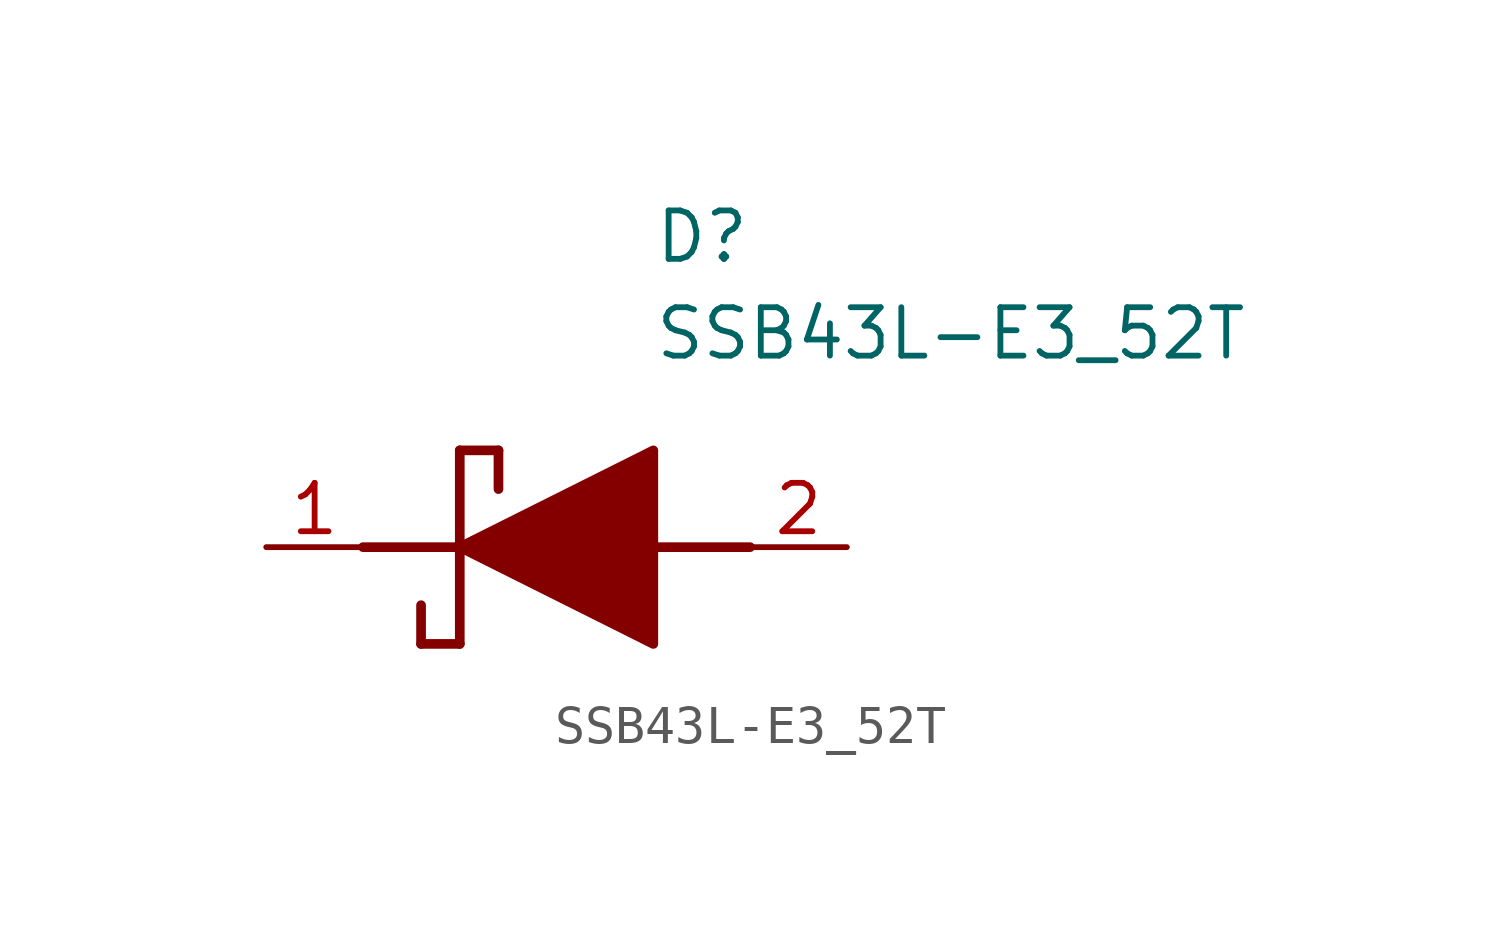
<source format=kicad_sym>
(kicad_symbol_lib
  (version 20211014)
  (generator SamacSys_ECAD_Model)
  (symbol "SSB43L-E3_52T"
    (pin_names hide)
    (property "Reference" "D"
      (at 12.7 8.89 0)
      (effects (font (size 1.27 1.27)) (justify left top)))
    (property "Value" "SSB43L-E3_52T"
      (at 12.7 6.35 0)
      (effects (font (size 1.27 1.27)) (justify left top)))
    (polyline
      (pts (xy 7.62 2.54) (xy 7.62 -2.54))
      (stroke (width 0.254) (type default))
      (fill (type none)))
    (polyline
      (pts (xy 7.62 2.54) (xy 8.636 2.54))
      (stroke (width 0.254) (type default))
      (fill (type none)))
    (polyline
      (pts (xy 8.636 1.524) (xy 8.636 2.54))
      (stroke (width 0.254) (type default))
      (fill (type none)))
    (polyline
      (pts (xy 7.62 -2.54) (xy 6.604 -2.54))
      (stroke (width 0.254) (type default))
      (fill (type none)))
    (polyline
      (pts (xy 6.604 -1.524) (xy 6.604 -2.54))
      (stroke (width 0.254) (type default))
      (fill (type none)))
    (polyline
      (pts (xy 5.08 0) (xy 7.62 0))
      (stroke (width 0.254) (type default))
      (fill (type none)))
    (polyline
      (pts (xy 12.7 0) (xy 15.24 0))
      (stroke (width 0.254) (type default))
      (fill (type none)))
    (polyline
      (pts (xy 7.62 0) (xy 12.7 2.54) (xy 12.7 -2.54) (xy 7.62 0))
      (stroke (width 0.254) (type default))
      (fill (type outline)))
    (pin passive line
      (at 2.54 0 0)
      (length 2.54)
      (name "K" (effects (font (size 1.27 1.27))))
      (number "1" (effects (font (size 1.27 1.27)))))
    (pin passive line
      (at 17.78 0 180)
      (length 2.54)
      (name "A" (effects (font (size 1.27 1.27))))
      (number "2" (effects (font (size 1.27 1.27)))))))
</source>
